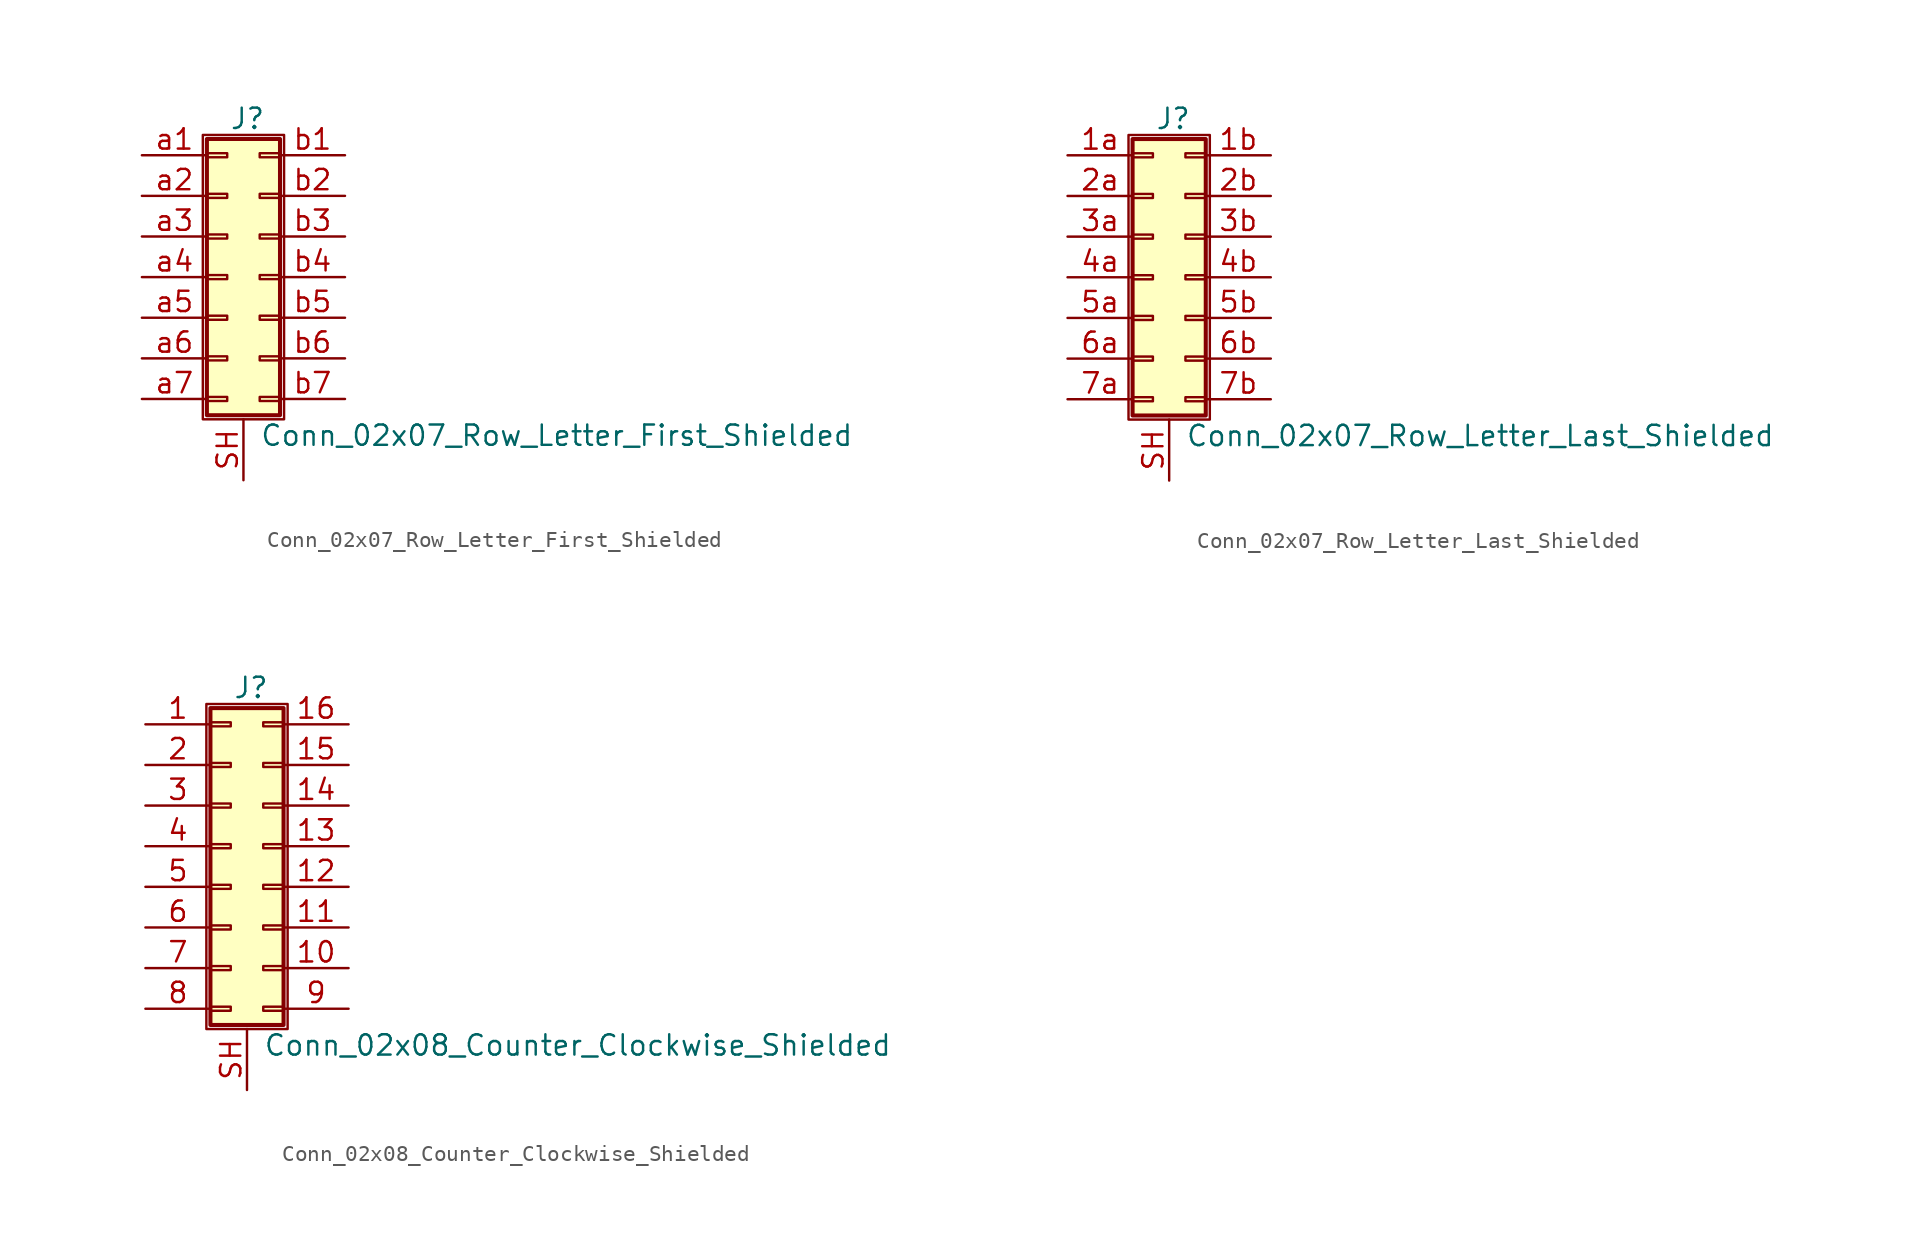
<source format=kicad_sym>
(kicad_symbol_lib
  (version 20220914)
  (generator kicad_symbol_editor)
  (symbol "Conn_02x07_Row_Letter_First_Shielded"
    (pin_names
      (offset 1.016) hide)
    (property "Reference" "J"
      (at 1.524 9.906 0)
      (effects (font (size 1.27 1.27))))
    (property "Value" "Conn_02x07_Row_Letter_First_Shielded"
      (at 2.286 -9.906 0)
      (effects (font (size 1.27 1.27)) (justify left)))
    (symbol "Conn_02x07_Row_Letter_First_Shielded_1_1"
      (rectangle (start -1.27 8.89) (end 3.81 -8.89) (stroke (width 0.152) (type default)) (fill (type none)))
      (rectangle (start -1.016 -7.493) (end 0.254 -7.747) (stroke (width 0.152) (type default)) (fill (type none)))
      (rectangle (start -1.016 -4.953) (end 0.254 -5.207) (stroke (width 0.152) (type default)) (fill (type none)))
      (rectangle (start -1.016 -2.413) (end 0.254 -2.667) (stroke (width 0.152) (type default)) (fill (type none)))
      (rectangle (start -1.016 0.127) (end 0.254 -0.127) (stroke (width 0.152) (type default)) (fill (type none)))
      (rectangle (start -1.016 2.667) (end 0.254 2.413) (stroke (width 0.152) (type default)) (fill (type none)))
      (rectangle (start -1.016 5.207) (end 0.254 4.953) (stroke (width 0.152) (type default)) (fill (type none)))
      (rectangle (start -1.016 7.747) (end 0.254 7.493) (stroke (width 0.152) (type default)) (fill (type none)))
      (rectangle (start -1.016 8.636) (end 3.556 -8.636) (stroke (width 0.254) (type default)) (fill (type background)))
      (rectangle (start 3.556 -7.493) (end 2.286 -7.747) (stroke (width 0.152) (type default)) (fill (type none)))
      (rectangle (start 3.556 -4.953) (end 2.286 -5.207) (stroke (width 0.152) (type default)) (fill (type none)))
      (rectangle (start 3.556 -2.413) (end 2.286 -2.667) (stroke (width 0.152) (type default)) (fill (type none)))
      (rectangle (start 3.556 0.127) (end 2.286 -0.127) (stroke (width 0.152) (type default)) (fill (type none)))
      (rectangle (start 3.556 2.667) (end 2.286 2.413) (stroke (width 0.152) (type default)) (fill (type none)))
      (rectangle (start 3.556 5.207) (end 2.286 4.953) (stroke (width 0.152) (type default)) (fill (type none)))
      (rectangle (start 3.556 7.747) (end 2.286 7.493) (stroke (width 0.152) (type default)) (fill (type none)))
      (pin passive line (at 1.27 -12.7 90) (length 3.81) (name "Shield" (effects (font (size 1.27 1.27)))) (number "SH" (effects (font (size 1.27 1.27)))))
      (pin passive line (at -5.08 7.62 0) (length 4.064) (name "Pin_a1" (effects (font (size 1.27 1.27)))) (number "a1" (effects (font (size 1.27 1.27)))))
      (pin passive line (at -5.08 5.08 0) (length 4.064) (name "Pin_a2" (effects (font (size 1.27 1.27)))) (number "a2" (effects (font (size 1.27 1.27)))))
      (pin passive line (at -5.08 2.54 0) (length 4.064) (name "Pin_a3" (effects (font (size 1.27 1.27)))) (number "a3" (effects (font (size 1.27 1.27)))))
      (pin passive line (at -5.08 0 0) (length 4.064) (name "Pin_a4" (effects (font (size 1.27 1.27)))) (number "a4" (effects (font (size 1.27 1.27)))))
      (pin passive line (at -5.08 -2.54 0) (length 4.064) (name "Pin_a5" (effects (font (size 1.27 1.27)))) (number "a5" (effects (font (size 1.27 1.27)))))
      (pin passive line (at -5.08 -5.08 0) (length 4.064) (name "Pin_a6" (effects (font (size 1.27 1.27)))) (number "a6" (effects (font (size 1.27 1.27)))))
      (pin passive line (at -5.08 -7.62 0) (length 4.064) (name "Pin_a7" (effects (font (size 1.27 1.27)))) (number "a7" (effects (font (size 1.27 1.27)))))
      (pin passive line (at 7.62 7.62 180) (length 4.064) (name "Pin_b1" (effects (font (size 1.27 1.27)))) (number "b1" (effects (font (size 1.27 1.27)))))
      (pin passive line (at 7.62 5.08 180) (length 4.064) (name "Pin_b2" (effects (font (size 1.27 1.27)))) (number "b2" (effects (font (size 1.27 1.27)))))
      (pin passive line (at 7.62 2.54 180) (length 4.064) (name "Pin_b3" (effects (font (size 1.27 1.27)))) (number "b3" (effects (font (size 1.27 1.27)))))
      (pin passive line (at 7.62 0 180) (length 4.064) (name "Pin_b4" (effects (font (size 1.27 1.27)))) (number "b4" (effects (font (size 1.27 1.27)))))
      (pin passive line (at 7.62 -2.54 180) (length 4.064) (name "Pin_b5" (effects (font (size 1.27 1.27)))) (number "b5" (effects (font (size 1.27 1.27)))))
      (pin passive line (at 7.62 -5.08 180) (length 4.064) (name "Pin_b6" (effects (font (size 1.27 1.27)))) (number "b6" (effects (font (size 1.27 1.27)))))
      (pin passive line (at 7.62 -7.62 180) (length 4.064) (name "Pin_b7" (effects (font (size 1.27 1.27)))) (number "b7" (effects (font (size 1.27 1.27)))))))
  (symbol "Conn_02x07_Row_Letter_Last_Shielded"
    (pin_names
      (offset 1.016) hide)
    (property "Reference" "J"
      (at 1.524 9.906 0)
      (effects (font (size 1.27 1.27))))
    (property "Value" "Conn_02x07_Row_Letter_Last_Shielded"
      (at 2.286 -9.906 0)
      (effects (font (size 1.27 1.27)) (justify left)))
    (symbol "Conn_02x07_Row_Letter_Last_Shielded_1_1"
      (rectangle (start -1.27 8.89) (end 3.81 -8.89) (stroke (width 0.152) (type default)) (fill (type none)))
      (rectangle (start -1.016 -7.493) (end 0.254 -7.747) (stroke (width 0.152) (type default)) (fill (type none)))
      (rectangle (start -1.016 -4.953) (end 0.254 -5.207) (stroke (width 0.152) (type default)) (fill (type none)))
      (rectangle (start -1.016 -2.413) (end 0.254 -2.667) (stroke (width 0.152) (type default)) (fill (type none)))
      (rectangle (start -1.016 0.127) (end 0.254 -0.127) (stroke (width 0.152) (type default)) (fill (type none)))
      (rectangle (start -1.016 2.667) (end 0.254 2.413) (stroke (width 0.152) (type default)) (fill (type none)))
      (rectangle (start -1.016 5.207) (end 0.254 4.953) (stroke (width 0.152) (type default)) (fill (type none)))
      (rectangle (start -1.016 7.747) (end 0.254 7.493) (stroke (width 0.152) (type default)) (fill (type none)))
      (rectangle (start -1.016 8.636) (end 3.556 -8.636) (stroke (width 0.254) (type default)) (fill (type background)))
      (rectangle (start 3.556 -7.493) (end 2.286 -7.747) (stroke (width 0.152) (type default)) (fill (type none)))
      (rectangle (start 3.556 -4.953) (end 2.286 -5.207) (stroke (width 0.152) (type default)) (fill (type none)))
      (rectangle (start 3.556 -2.413) (end 2.286 -2.667) (stroke (width 0.152) (type default)) (fill (type none)))
      (rectangle (start 3.556 0.127) (end 2.286 -0.127) (stroke (width 0.152) (type default)) (fill (type none)))
      (rectangle (start 3.556 2.667) (end 2.286 2.413) (stroke (width 0.152) (type default)) (fill (type none)))
      (rectangle (start 3.556 5.207) (end 2.286 4.953) (stroke (width 0.152) (type default)) (fill (type none)))
      (rectangle (start 3.556 7.747) (end 2.286 7.493) (stroke (width 0.152) (type default)) (fill (type none)))
      (pin passive line (at -5.08 7.62 0) (length 4.064) (name "Pin_1a" (effects (font (size 1.27 1.27)))) (number "1a" (effects (font (size 1.27 1.27)))))
      (pin passive line (at 7.62 7.62 180) (length 4.064) (name "Pin_1b" (effects (font (size 1.27 1.27)))) (number "1b" (effects (font (size 1.27 1.27)))))
      (pin passive line (at -5.08 5.08 0) (length 4.064) (name "Pin_2a" (effects (font (size 1.27 1.27)))) (number "2a" (effects (font (size 1.27 1.27)))))
      (pin passive line (at 7.62 5.08 180) (length 4.064) (name "Pin_2b" (effects (font (size 1.27 1.27)))) (number "2b" (effects (font (size 1.27 1.27)))))
      (pin passive line (at -5.08 2.54 0) (length 4.064) (name "Pin_3a" (effects (font (size 1.27 1.27)))) (number "3a" (effects (font (size 1.27 1.27)))))
      (pin passive line (at 7.62 2.54 180) (length 4.064) (name "Pin_3b" (effects (font (size 1.27 1.27)))) (number "3b" (effects (font (size 1.27 1.27)))))
      (pin passive line (at -5.08 0 0) (length 4.064) (name "Pin_4a" (effects (font (size 1.27 1.27)))) (number "4a" (effects (font (size 1.27 1.27)))))
      (pin passive line (at 7.62 0 180) (length 4.064) (name "Pin_4b" (effects (font (size 1.27 1.27)))) (number "4b" (effects (font (size 1.27 1.27)))))
      (pin passive line (at -5.08 -2.54 0) (length 4.064) (name "Pin_5a" (effects (font (size 1.27 1.27)))) (number "5a" (effects (font (size 1.27 1.27)))))
      (pin passive line (at 7.62 -2.54 180) (length 4.064) (name "Pin_5b" (effects (font (size 1.27 1.27)))) (number "5b" (effects (font (size 1.27 1.27)))))
      (pin passive line (at -5.08 -5.08 0) (length 4.064) (name "Pin_6a" (effects (font (size 1.27 1.27)))) (number "6a" (effects (font (size 1.27 1.27)))))
      (pin passive line (at 7.62 -5.08 180) (length 4.064) (name "Pin_6b" (effects (font (size 1.27 1.27)))) (number "6b" (effects (font (size 1.27 1.27)))))
      (pin passive line (at -5.08 -7.62 0) (length 4.064) (name "Pin_7a" (effects (font (size 1.27 1.27)))) (number "7a" (effects (font (size 1.27 1.27)))))
      (pin passive line (at 7.62 -7.62 180) (length 4.064) (name "Pin_7b" (effects (font (size 1.27 1.27)))) (number "7b" (effects (font (size 1.27 1.27)))))
      (pin passive line (at 1.27 -12.7 90) (length 3.81) (name "Shield" (effects (font (size 1.27 1.27)))) (number "SH" (effects (font (size 1.27 1.27)))))))
  (symbol "Conn_02x08_Counter_Clockwise_Shielded"
    (pin_names
      (offset 1.016) hide)
    (property "Reference" "J"
      (at 1.524 9.906 0)
      (effects (font (size 1.27 1.27))))
    (property "Value" "Conn_02x08_Counter_Clockwise_Shielded"
      (at 2.286 -12.446 0)
      (effects (font (size 1.27 1.27)) (justify left)))
    (symbol "Conn_02x08_Counter_Clockwise_Shielded_1_1"
      (rectangle (start -1.27 8.89) (end 3.81 -11.43) (stroke (width 0.152) (type default)) (fill (type none)))
      (rectangle (start -1.016 -10.033) (end 0.254 -10.287) (stroke (width 0.152) (type default)) (fill (type none)))
      (rectangle (start -1.016 -7.493) (end 0.254 -7.747) (stroke (width 0.152) (type default)) (fill (type none)))
      (rectangle (start -1.016 -4.953) (end 0.254 -5.207) (stroke (width 0.152) (type default)) (fill (type none)))
      (rectangle (start -1.016 -2.413) (end 0.254 -2.667) (stroke (width 0.152) (type default)) (fill (type none)))
      (rectangle (start -1.016 0.127) (end 0.254 -0.127) (stroke (width 0.152) (type default)) (fill (type none)))
      (rectangle (start -1.016 2.667) (end 0.254 2.413) (stroke (width 0.152) (type default)) (fill (type none)))
      (rectangle (start -1.016 5.207) (end 0.254 4.953) (stroke (width 0.152) (type default)) (fill (type none)))
      (rectangle (start -1.016 7.747) (end 0.254 7.493) (stroke (width 0.152) (type default)) (fill (type none)))
      (rectangle (start -1.016 8.636) (end 3.556 -11.176) (stroke (width 0.254) (type default)) (fill (type background)))
      (rectangle (start 3.556 -10.033) (end 2.286 -10.287) (stroke (width 0.152) (type default)) (fill (type none)))
      (rectangle (start 3.556 -7.493) (end 2.286 -7.747) (stroke (width 0.152) (type default)) (fill (type none)))
      (rectangle (start 3.556 -4.953) (end 2.286 -5.207) (stroke (width 0.152) (type default)) (fill (type none)))
      (rectangle (start 3.556 -2.413) (end 2.286 -2.667) (stroke (width 0.152) (type default)) (fill (type none)))
      (rectangle (start 3.556 0.127) (end 2.286 -0.127) (stroke (width 0.152) (type default)) (fill (type none)))
      (rectangle (start 3.556 2.667) (end 2.286 2.413) (stroke (width 0.152) (type default)) (fill (type none)))
      (rectangle (start 3.556 5.207) (end 2.286 4.953) (stroke (width 0.152) (type default)) (fill (type none)))
      (rectangle (start 3.556 7.747) (end 2.286 7.493) (stroke (width 0.152) (type default)) (fill (type none)))
      (pin passive line (at -5.08 7.62 0) (length 4.064) (name "Pin_1" (effects (font (size 1.27 1.27)))) (number "1" (effects (font (size 1.27 1.27)))))
      (pin passive line (at 7.62 -7.62 180) (length 4.064) (name "Pin_10" (effects (font (size 1.27 1.27)))) (number "10" (effects (font (size 1.27 1.27)))))
      (pin passive line (at 7.62 -5.08 180) (length 4.064) (name "Pin_11" (effects (font (size 1.27 1.27)))) (number "11" (effects (font (size 1.27 1.27)))))
      (pin passive line (at 7.62 -2.54 180) (length 4.064) (name "Pin_12" (effects (font (size 1.27 1.27)))) (number "12" (effects (font (size 1.27 1.27)))))
      (pin passive line (at 7.62 0 180) (length 4.064) (name "Pin_13" (effects (font (size 1.27 1.27)))) (number "13" (effects (font (size 1.27 1.27)))))
      (pin passive line (at 7.62 2.54 180) (length 4.064) (name "Pin_14" (effects (font (size 1.27 1.27)))) (number "14" (effects (font (size 1.27 1.27)))))
      (pin passive line (at 7.62 5.08 180) (length 4.064) (name "Pin_15" (effects (font (size 1.27 1.27)))) (number "15" (effects (font (size 1.27 1.27)))))
      (pin passive line (at 7.62 7.62 180) (length 4.064) (name "Pin_16" (effects (font (size 1.27 1.27)))) (number "16" (effects (font (size 1.27 1.27)))))
      (pin passive line (at -5.08 5.08 0) (length 4.064) (name "Pin_2" (effects (font (size 1.27 1.27)))) (number "2" (effects (font (size 1.27 1.27)))))
      (pin passive line (at -5.08 2.54 0) (length 4.064) (name "Pin_3" (effects (font (size 1.27 1.27)))) (number "3" (effects (font (size 1.27 1.27)))))
      (pin passive line (at -5.08 0 0) (length 4.064) (name "Pin_4" (effects (font (size 1.27 1.27)))) (number "4" (effects (font (size 1.27 1.27)))))
      (pin passive line (at -5.08 -2.54 0) (length 4.064) (name "Pin_5" (effects (font (size 1.27 1.27)))) (number "5" (effects (font (size 1.27 1.27)))))
      (pin passive line (at -5.08 -5.08 0) (length 4.064) (name "Pin_6" (effects (font (size 1.27 1.27)))) (number "6" (effects (font (size 1.27 1.27)))))
      (pin passive line (at -5.08 -7.62 0) (length 4.064) (name "Pin_7" (effects (font (size 1.27 1.27)))) (number "7" (effects (font (size 1.27 1.27)))))
      (pin passive line (at -5.08 -10.16 0) (length 4.064) (name "Pin_8" (effects (font (size 1.27 1.27)))) (number "8" (effects (font (size 1.27 1.27)))))
      (pin passive line (at 7.62 -10.16 180) (length 4.064) (name "Pin_9" (effects (font (size 1.27 1.27)))) (number "9" (effects (font (size 1.27 1.27)))))
      (pin passive line (at 1.27 -15.24 90) (length 3.81) (name "Shield" (effects (font (size 1.27 1.27)))) (number "SH" (effects (font (size 1.27 1.27))))))))
</source>
